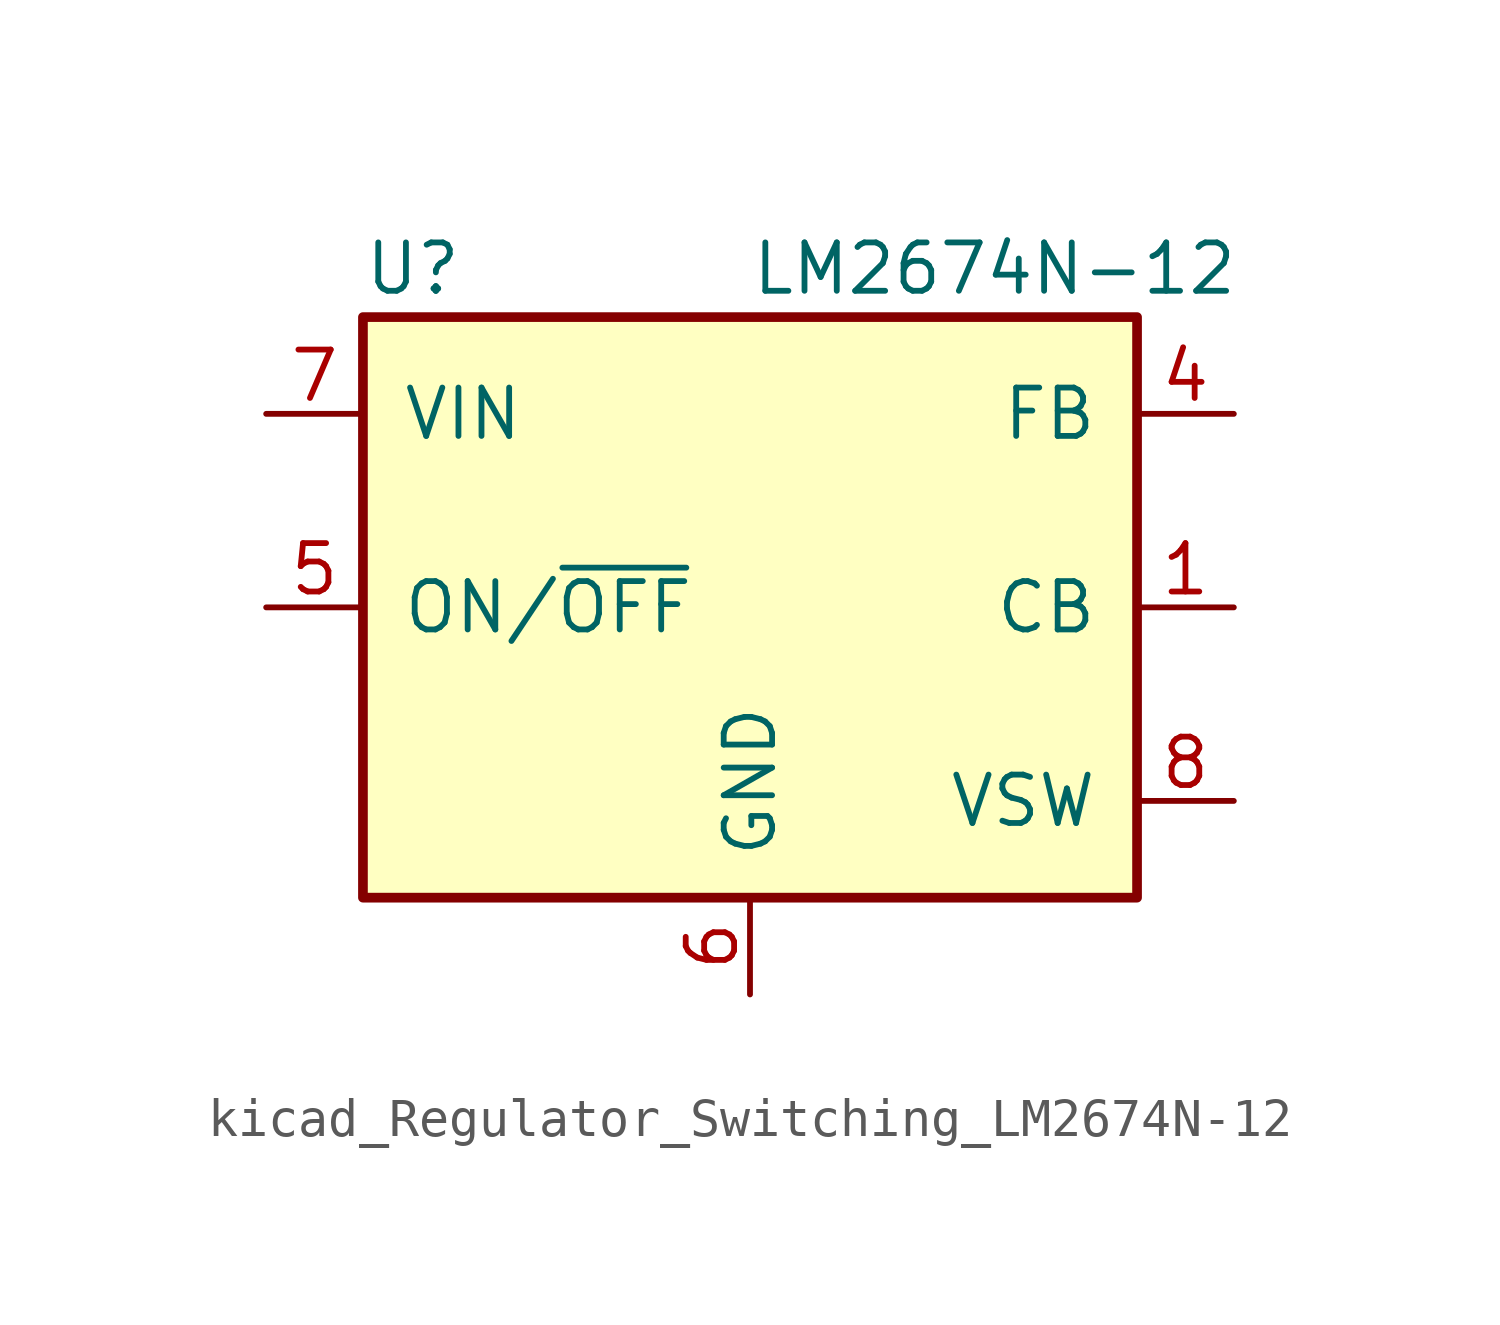
<source format=kicad_sym>
(kicad_symbol_lib
  (version 20220914)
  (generator kicad_symbol_editor)
  (symbol "kicad_Regulator_Switching_LM2674N-12"
    (pin_names
      (offset 1.016))
    (property "Reference" "U"
      (at -10.16 8.89 0)
      (effects (font (size 1.27 1.27)) (justify left)))
    (property "Value" "LM2674N-12"
      (at 0 8.89 0)
      (effects (font (size 1.27 1.27)) (justify left)))
    (symbol "kicad_Regulator_Switching_LM2674N-12_0_1"
      (rectangle (start -10.16 7.62) (end 10.16 -7.62) (stroke (width 0.254) (type default)) (fill (type background))))
    (symbol "kicad_Regulator_Switching_LM2674N-12_1_1"
      (pin input line (at 12.7 0 180) (length 2.54) (name "CB" (effects (font (size 1.27 1.27)))) (number "1" (effects (font (size 1.27 1.27)))))
      (pin no_connect line (at -10.16 -2.54 0) (length 2.54) hide (name "NC" (effects (font (size 1.27 1.27)))) (number "2" (effects (font (size 1.27 1.27)))))
      (pin no_connect line (at -10.16 -5.08 0) (length 2.54) hide (name "NC" (effects (font (size 1.27 1.27)))) (number "3" (effects (font (size 1.27 1.27)))))
      (pin input line (at 12.7 5.08 180) (length 2.54) (name "FB" (effects (font (size 1.27 1.27)))) (number "4" (effects (font (size 1.27 1.27)))))
      (pin input line (at -12.7 0 0) (length 2.54) (name "ON/~{OFF}" (effects (font (size 1.27 1.27)))) (number "5" (effects (font (size 1.27 1.27)))))
      (pin power_in line (at 0 -10.16 90) (length 2.54) (name "GND" (effects (font (size 1.27 1.27)))) (number "6" (effects (font (size 1.27 1.27)))))
      (pin power_in line (at -12.7 5.08 0) (length 2.54) (name "VIN" (effects (font (size 1.27 1.27)))) (number "7" (effects (font (size 1.27 1.27)))))
      (pin output line (at 12.7 -5.08 180) (length 2.54) (name "VSW" (effects (font (size 1.27 1.27)))) (number "8" (effects (font (size 1.27 1.27))))))))
</source>
